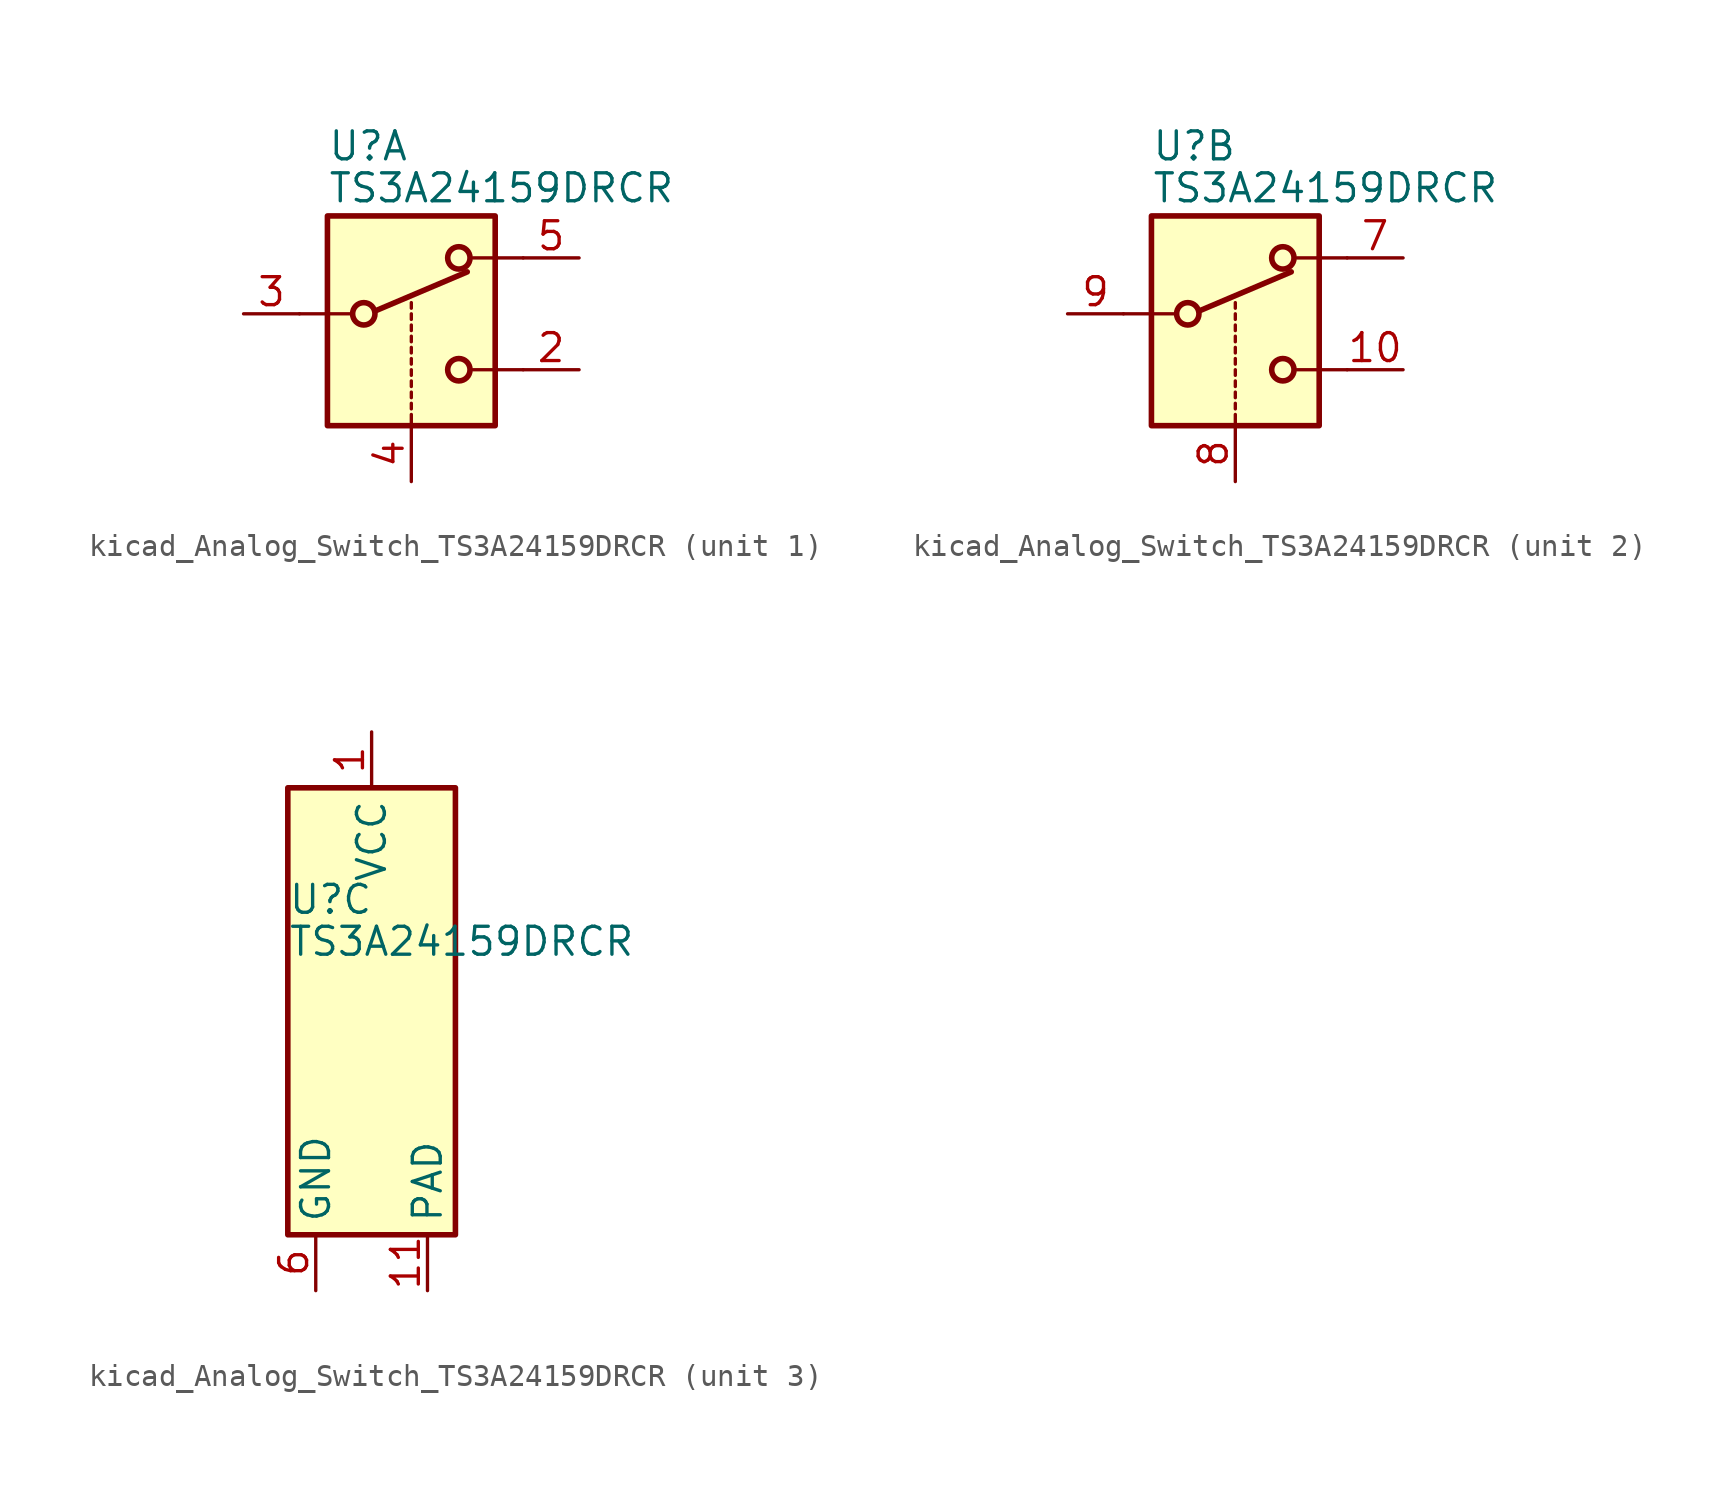
<source format=kicad_sym>
(kicad_symbol_lib
  (version 20220914)
  (generator kicad_symbol_editor)
  (symbol "kicad_Analog_Switch_TS3A24159DRCR"
    (property "Reference" "U"
      (at -3.81 5.08 0)
      (effects (font (size 1.27 1.27)) (justify left)))
    (property "Value" "TS3A24159DRCR"
      (at -3.81 3.175 0)
      (effects (font (size 1.27 1.27)) (justify left)))
    (property "ki_locked" ""
      (at 0 0 0)
      (effects (font (size 1.27 1.27))))
    (symbol "kicad_Analog_Switch_TS3A24159DRCR_1_1"
      (rectangle (start -3.81 1.905) (end 3.81 -7.62) (stroke (width 0.254) (type default)) (fill (type background)))
      (circle (center -2.159 -2.54) (radius 0.508) (stroke (width 0.254) (type default)) (fill (type none)))
      (polyline (pts (xy -5.08 -2.54) (xy -2.794 -2.54)) (stroke (width 0) (type default)) (fill (type none)))
      (polyline (pts (xy -1.651 -2.413) (xy 2.54 -0.635)) (stroke (width 0.254) (type default)) (fill (type none)))
      (polyline (pts (xy 0 -7.62) (xy 0 -7.112)) (stroke (width 0) (type default)) (fill (type none)))
      (polyline (pts (xy 0 -6.858) (xy 0 -6.604)) (stroke (width 0) (type default)) (fill (type none)))
      (polyline (pts (xy 0 -6.35) (xy 0 -6.096)) (stroke (width 0) (type default)) (fill (type none)))
      (polyline (pts (xy 0 -5.842) (xy 0 -5.588)) (stroke (width 0) (type default)) (fill (type none)))
      (polyline (pts (xy 0 -5.334) (xy 0 -5.08)) (stroke (width 0) (type default)) (fill (type none)))
      (polyline (pts (xy 0 -4.826) (xy 0 -4.572)) (stroke (width 0) (type default)) (fill (type none)))
      (polyline (pts (xy 0 -4.318) (xy 0 -4.064)) (stroke (width 0) (type default)) (fill (type none)))
      (polyline (pts (xy 0 -3.81) (xy 0 -3.556)) (stroke (width 0) (type default)) (fill (type none)))
      (polyline (pts (xy 0 -3.302) (xy 0 -3.048)) (stroke (width 0) (type default)) (fill (type none)))
      (polyline (pts (xy 0 -2.794) (xy 0 -2.54)) (stroke (width 0) (type default)) (fill (type none)))
      (polyline (pts (xy 0 -2.286) (xy 0 -2.032)) (stroke (width 0) (type default)) (fill (type none)))
      (polyline (pts (xy 5.08 -5.08) (xy 2.794 -5.08)) (stroke (width 0) (type default)) (fill (type none)))
      (polyline (pts (xy 5.08 0) (xy 2.794 0)) (stroke (width 0) (type default)) (fill (type none)))
      (circle (center 2.159 -5.08) (radius 0.508) (stroke (width 0.254) (type default)) (fill (type none)))
      (circle (center 2.159 0) (radius 0.508) (stroke (width 0.254) (type default)) (fill (type none)))
      (pin passive line (at 7.62 -5.08 180) (length 2.54) (name "~" (effects (font (size 1.27 1.27)))) (number "2" (effects (font (size 1.27 1.27)))))
      (pin passive line (at -7.62 -2.54 0) (length 2.54) (name "~" (effects (font (size 1.27 1.27)))) (number "3" (effects (font (size 1.27 1.27)))))
      (pin input line (at 0 -10.16 90) (length 2.54) (name "~" (effects (font (size 1.27 1.27)))) (number "4" (effects (font (size 1.27 1.27)))))
      (pin passive line (at 7.62 0 180) (length 2.54) (name "~" (effects (font (size 1.27 1.27)))) (number "5" (effects (font (size 1.27 1.27))))))
    (symbol "kicad_Analog_Switch_TS3A24159DRCR_2_1"
      (rectangle (start -3.81 1.905) (end 3.81 -7.62) (stroke (width 0.254) (type default)) (fill (type background)))
      (circle (center -2.159 -2.54) (radius 0.508) (stroke (width 0.254) (type default)) (fill (type none)))
      (polyline (pts (xy -5.08 -2.54) (xy -2.794 -2.54)) (stroke (width 0) (type default)) (fill (type none)))
      (polyline (pts (xy -1.651 -2.413) (xy 2.54 -0.635)) (stroke (width 0.254) (type default)) (fill (type none)))
      (polyline (pts (xy 0 -7.62) (xy 0 -7.112)) (stroke (width 0) (type default)) (fill (type none)))
      (polyline (pts (xy 0 -6.858) (xy 0 -6.604)) (stroke (width 0) (type default)) (fill (type none)))
      (polyline (pts (xy 0 -6.35) (xy 0 -6.096)) (stroke (width 0) (type default)) (fill (type none)))
      (polyline (pts (xy 0 -5.842) (xy 0 -5.588)) (stroke (width 0) (type default)) (fill (type none)))
      (polyline (pts (xy 0 -5.334) (xy 0 -5.08)) (stroke (width 0) (type default)) (fill (type none)))
      (polyline (pts (xy 0 -4.826) (xy 0 -4.572)) (stroke (width 0) (type default)) (fill (type none)))
      (polyline (pts (xy 0 -4.318) (xy 0 -4.064)) (stroke (width 0) (type default)) (fill (type none)))
      (polyline (pts (xy 0 -3.81) (xy 0 -3.556)) (stroke (width 0) (type default)) (fill (type none)))
      (polyline (pts (xy 0 -3.302) (xy 0 -3.048)) (stroke (width 0) (type default)) (fill (type none)))
      (polyline (pts (xy 0 -2.794) (xy 0 -2.54)) (stroke (width 0) (type default)) (fill (type none)))
      (polyline (pts (xy 0 -2.286) (xy 0 -2.032)) (stroke (width 0) (type default)) (fill (type none)))
      (polyline (pts (xy 5.08 -5.08) (xy 2.794 -5.08)) (stroke (width 0) (type default)) (fill (type none)))
      (polyline (pts (xy 5.08 0) (xy 2.794 0)) (stroke (width 0) (type default)) (fill (type none)))
      (circle (center 2.159 -5.08) (radius 0.508) (stroke (width 0.254) (type default)) (fill (type none)))
      (circle (center 2.159 0) (radius 0.508) (stroke (width 0.254) (type default)) (fill (type none)))
      (pin passive line (at 7.62 -5.08 180) (length 2.54) (name "~" (effects (font (size 1.27 1.27)))) (number "10" (effects (font (size 1.27 1.27)))))
      (pin passive line (at 7.62 0 180) (length 2.54) (name "~" (effects (font (size 1.27 1.27)))) (number "7" (effects (font (size 1.27 1.27)))))
      (pin input line (at 0 -10.16 90) (length 2.54) (name "~" (effects (font (size 1.27 1.27)))) (number "8" (effects (font (size 1.27 1.27)))))
      (pin passive line (at -7.62 -2.54 0) (length 2.54) (name "~" (effects (font (size 1.27 1.27)))) (number "9" (effects (font (size 1.27 1.27))))))
    (symbol "kicad_Analog_Switch_TS3A24159DRCR_3_1"
      (rectangle (start -3.81 10.16) (end 3.81 -10.16) (stroke (width 0.254) (type default)) (fill (type background)))
      (pin power_in line (at 0 12.7 270) (length 2.54) (name "VCC" (effects (font (size 1.27 1.27)))) (number "1" (effects (font (size 1.27 1.27)))))
      (pin passive line (at 2.54 -12.7 90) (length 2.54) (name "PAD" (effects (font (size 1.27 1.27)))) (number "11" (effects (font (size 1.27 1.27)))))
      (pin power_in line (at -2.54 -12.7 90) (length 2.54) (name "GND" (effects (font (size 1.27 1.27)))) (number "6" (effects (font (size 1.27 1.27))))))))
</source>
